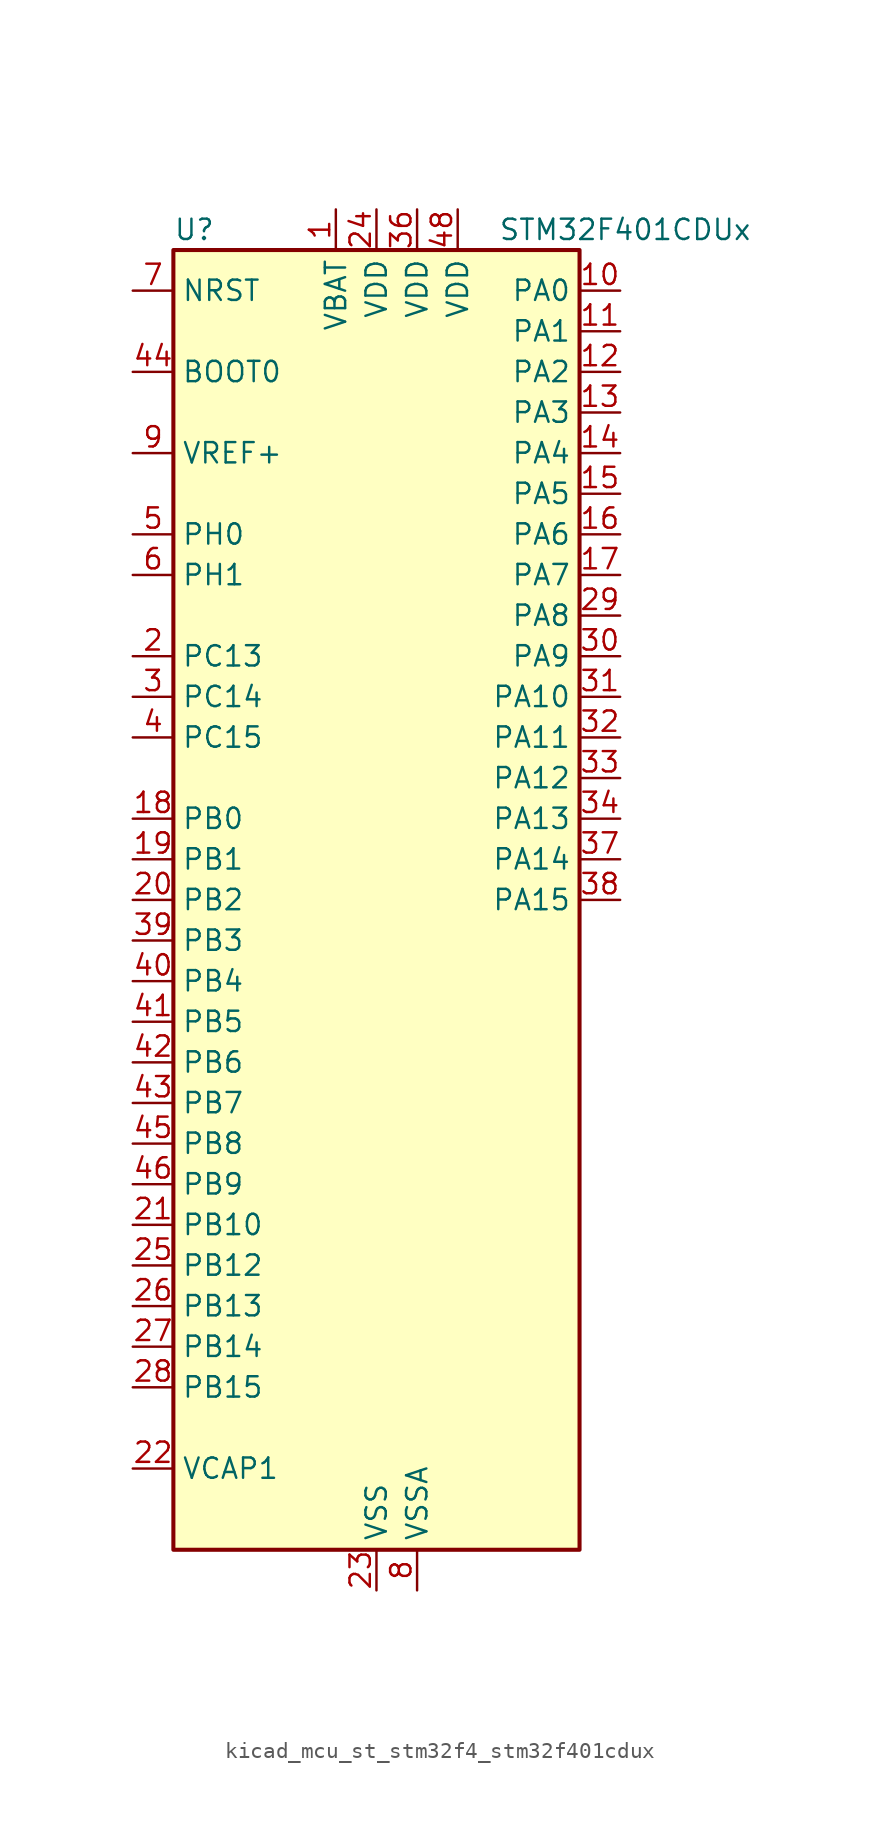
<source format=kicad_sym>
(kicad_symbol_lib
  (version 20220914)
  (generator kicad_symbol_editor)
  (symbol "kicad_mcu_st_stm32f4_stm32f401cdux"
    (property "Reference" "U"
      (at -12.7 41.91 0)
      (effects (font (size 1.27 1.27)) (justify left)))
    (property "Value" "STM32F401CDUx"
      (at 7.62 41.91 0)
      (effects (font (size 1.27 1.27)) (justify left)))
    (property "ki_locked" ""
      (at 0 0 0)
      (effects (font (size 1.27 1.27))))
    (symbol "kicad_mcu_st_stm32f4_stm32f401cdux_0_1"
      (rectangle (start -12.7 -40.64) (end 12.7 40.64) (stroke (width 0.254) (type default)) (fill (type background))))
    (symbol "kicad_mcu_st_stm32f4_stm32f401cdux_1_1"
      (pin power_in line (at -2.54 43.18 270) (length 2.54) (name "VBAT" (effects (font (size 1.27 1.27)))) (number "1" (effects (font (size 1.27 1.27)))))
      (pin bidirectional line (at 15.24 38.1 180) (length 2.54) (name "PA0" (effects (font (size 1.27 1.27)))) (number "10" (effects (font (size 1.27 1.27)))) (alternate "ADC1_IN0" bidirectional line) (alternate "SYS_WKUP" bidirectional line) (alternate "TIM2_CH1" bidirectional line) (alternate "TIM2_ETR" bidirectional line) (alternate "TIM5_CH1" bidirectional line) (alternate "USART2_CTS" bidirectional line))
      (pin bidirectional line (at 15.24 35.56 180) (length 2.54) (name "PA1" (effects (font (size 1.27 1.27)))) (number "11" (effects (font (size 1.27 1.27)))) (alternate "ADC1_IN1" bidirectional line) (alternate "TIM2_CH2" bidirectional line) (alternate "TIM5_CH2" bidirectional line) (alternate "USART2_RTS" bidirectional line))
      (pin bidirectional line (at 15.24 33.02 180) (length 2.54) (name "PA2" (effects (font (size 1.27 1.27)))) (number "12" (effects (font (size 1.27 1.27)))) (alternate "ADC1_IN2" bidirectional line) (alternate "TIM2_CH3" bidirectional line) (alternate "TIM5_CH3" bidirectional line) (alternate "TIM9_CH1" bidirectional line) (alternate "USART2_TX" bidirectional line))
      (pin bidirectional line (at 15.24 30.48 180) (length 2.54) (name "PA3" (effects (font (size 1.27 1.27)))) (number "13" (effects (font (size 1.27 1.27)))) (alternate "ADC1_IN3" bidirectional line) (alternate "TIM2_CH4" bidirectional line) (alternate "TIM5_CH4" bidirectional line) (alternate "TIM9_CH2" bidirectional line) (alternate "USART2_RX" bidirectional line))
      (pin bidirectional line (at 15.24 27.94 180) (length 2.54) (name "PA4" (effects (font (size 1.27 1.27)))) (number "14" (effects (font (size 1.27 1.27)))) (alternate "ADC1_IN4" bidirectional line) (alternate "I2S3_WS" bidirectional line) (alternate "SPI1_NSS" bidirectional line) (alternate "SPI3_NSS" bidirectional line) (alternate "USART2_CK" bidirectional line))
      (pin bidirectional line (at 15.24 25.4 180) (length 2.54) (name "PA5" (effects (font (size 1.27 1.27)))) (number "15" (effects (font (size 1.27 1.27)))) (alternate "ADC1_IN5" bidirectional line) (alternate "SPI1_SCK" bidirectional line) (alternate "TIM2_CH1" bidirectional line) (alternate "TIM2_ETR" bidirectional line))
      (pin bidirectional line (at 15.24 22.86 180) (length 2.54) (name "PA6" (effects (font (size 1.27 1.27)))) (number "16" (effects (font (size 1.27 1.27)))) (alternate "ADC1_IN6" bidirectional line) (alternate "SPI1_MISO" bidirectional line) (alternate "TIM1_BKIN" bidirectional line) (alternate "TIM3_CH1" bidirectional line))
      (pin bidirectional line (at 15.24 20.32 180) (length 2.54) (name "PA7" (effects (font (size 1.27 1.27)))) (number "17" (effects (font (size 1.27 1.27)))) (alternate "ADC1_IN7" bidirectional line) (alternate "SPI1_MOSI" bidirectional line) (alternate "TIM1_CH1N" bidirectional line) (alternate "TIM3_CH2" bidirectional line))
      (pin bidirectional line (at -15.24 5.08 0) (length 2.54) (name "PB0" (effects (font (size 1.27 1.27)))) (number "18" (effects (font (size 1.27 1.27)))) (alternate "ADC1_IN8" bidirectional line) (alternate "TIM1_CH2N" bidirectional line) (alternate "TIM3_CH3" bidirectional line))
      (pin bidirectional line (at -15.24 2.54 0) (length 2.54) (name "PB1" (effects (font (size 1.27 1.27)))) (number "19" (effects (font (size 1.27 1.27)))) (alternate "ADC1_IN9" bidirectional line) (alternate "TIM1_CH3N" bidirectional line) (alternate "TIM3_CH4" bidirectional line))
      (pin bidirectional line (at -15.24 15.24 0) (length 2.54) (name "PC13" (effects (font (size 1.27 1.27)))) (number "2" (effects (font (size 1.27 1.27)))) (alternate "RTC_AF1" bidirectional line))
      (pin bidirectional line (at -15.24 0 0) (length 2.54) (name "PB2" (effects (font (size 1.27 1.27)))) (number "20" (effects (font (size 1.27 1.27)))))
      (pin bidirectional line (at -15.24 -20.32 0) (length 2.54) (name "PB10" (effects (font (size 1.27 1.27)))) (number "21" (effects (font (size 1.27 1.27)))) (alternate "I2C2_SCL" bidirectional line) (alternate "I2S2_CK" bidirectional line) (alternate "SPI2_SCK" bidirectional line) (alternate "TIM2_CH3" bidirectional line))
      (pin power_out line (at -15.24 -35.56 0) (length 2.54) (name "VCAP1" (effects (font (size 1.27 1.27)))) (number "22" (effects (font (size 1.27 1.27)))))
      (pin power_in line (at 0 -43.18 90) (length 2.54) (name "VSS" (effects (font (size 1.27 1.27)))) (number "23" (effects (font (size 1.27 1.27)))))
      (pin power_in line (at 0 43.18 270) (length 2.54) (name "VDD" (effects (font (size 1.27 1.27)))) (number "24" (effects (font (size 1.27 1.27)))))
      (pin bidirectional line (at -15.24 -22.86 0) (length 2.54) (name "PB12" (effects (font (size 1.27 1.27)))) (number "25" (effects (font (size 1.27 1.27)))) (alternate "I2C2_SMBA" bidirectional line) (alternate "I2S2_WS" bidirectional line) (alternate "SPI2_NSS" bidirectional line) (alternate "TIM1_BKIN" bidirectional line))
      (pin bidirectional line (at -15.24 -25.4 0) (length 2.54) (name "PB13" (effects (font (size 1.27 1.27)))) (number "26" (effects (font (size 1.27 1.27)))) (alternate "I2S2_CK" bidirectional line) (alternate "SPI2_SCK" bidirectional line) (alternate "TIM1_CH1N" bidirectional line))
      (pin bidirectional line (at -15.24 -27.94 0) (length 2.54) (name "PB14" (effects (font (size 1.27 1.27)))) (number "27" (effects (font (size 1.27 1.27)))) (alternate "I2S2_ext_SD" bidirectional line) (alternate "SPI2_MISO" bidirectional line) (alternate "TIM1_CH2N" bidirectional line))
      (pin bidirectional line (at -15.24 -30.48 0) (length 2.54) (name "PB15" (effects (font (size 1.27 1.27)))) (number "28" (effects (font (size 1.27 1.27)))) (alternate "ADC1_EXTI15" bidirectional line) (alternate "I2S2_SD" bidirectional line) (alternate "RTC_REFIN" bidirectional line) (alternate "SPI2_MOSI" bidirectional line) (alternate "TIM1_CH3N" bidirectional line))
      (pin bidirectional line (at 15.24 17.78 180) (length 2.54) (name "PA8" (effects (font (size 1.27 1.27)))) (number "29" (effects (font (size 1.27 1.27)))) (alternate "I2C3_SCL" bidirectional line) (alternate "RCC_MCO_1" bidirectional line) (alternate "TIM1_CH1" bidirectional line) (alternate "USART1_CK" bidirectional line) (alternate "USB_OTG_FS_SOF" bidirectional line))
      (pin bidirectional line (at -15.24 12.7 0) (length 2.54) (name "PC14" (effects (font (size 1.27 1.27)))) (number "3" (effects (font (size 1.27 1.27)))) (alternate "RCC_OSC32_IN" bidirectional line))
      (pin bidirectional line (at 15.24 15.24 180) (length 2.54) (name "PA9" (effects (font (size 1.27 1.27)))) (number "30" (effects (font (size 1.27 1.27)))) (alternate "I2C3_SMBA" bidirectional line) (alternate "TIM1_CH2" bidirectional line) (alternate "USART1_TX" bidirectional line) (alternate "USB_OTG_FS_VBUS" bidirectional line))
      (pin bidirectional line (at 15.24 12.7 180) (length 2.54) (name "PA10" (effects (font (size 1.27 1.27)))) (number "31" (effects (font (size 1.27 1.27)))) (alternate "TIM1_CH3" bidirectional line) (alternate "USART1_RX" bidirectional line) (alternate "USB_OTG_FS_ID" bidirectional line))
      (pin bidirectional line (at 15.24 10.16 180) (length 2.54) (name "PA11" (effects (font (size 1.27 1.27)))) (number "32" (effects (font (size 1.27 1.27)))) (alternate "ADC1_EXTI11" bidirectional line) (alternate "TIM1_CH4" bidirectional line) (alternate "USART1_CTS" bidirectional line) (alternate "USART6_TX" bidirectional line) (alternate "USB_OTG_FS_DM" bidirectional line))
      (pin bidirectional line (at 15.24 7.62 180) (length 2.54) (name "PA12" (effects (font (size 1.27 1.27)))) (number "33" (effects (font (size 1.27 1.27)))) (alternate "TIM1_ETR" bidirectional line) (alternate "USART1_RTS" bidirectional line) (alternate "USART6_RX" bidirectional line) (alternate "USB_OTG_FS_DP" bidirectional line))
      (pin bidirectional line (at 15.24 5.08 180) (length 2.54) (name "PA13" (effects (font (size 1.27 1.27)))) (number "34" (effects (font (size 1.27 1.27)))) (alternate "SYS_JTMS-SWDIO" bidirectional line))
      (pin passive line (at 0 -43.18 90) (length 2.54) hide (name "VSS" (effects (font (size 1.27 1.27)))) (number "35" (effects (font (size 1.27 1.27)))))
      (pin power_in line (at 2.54 43.18 270) (length 2.54) (name "VDD" (effects (font (size 1.27 1.27)))) (number "36" (effects (font (size 1.27 1.27)))))
      (pin bidirectional line (at 15.24 2.54 180) (length 2.54) (name "PA14" (effects (font (size 1.27 1.27)))) (number "37" (effects (font (size 1.27 1.27)))) (alternate "SYS_JTCK-SWCLK" bidirectional line))
      (pin bidirectional line (at 15.24 0 180) (length 2.54) (name "PA15" (effects (font (size 1.27 1.27)))) (number "38" (effects (font (size 1.27 1.27)))) (alternate "ADC1_EXTI15" bidirectional line) (alternate "I2S3_WS" bidirectional line) (alternate "SPI1_NSS" bidirectional line) (alternate "SPI3_NSS" bidirectional line) (alternate "SYS_JTDI" bidirectional line) (alternate "TIM2_CH1" bidirectional line) (alternate "TIM2_ETR" bidirectional line))
      (pin bidirectional line (at -15.24 -2.54 0) (length 2.54) (name "PB3" (effects (font (size 1.27 1.27)))) (number "39" (effects (font (size 1.27 1.27)))) (alternate "I2C2_SDA" bidirectional line) (alternate "I2S3_CK" bidirectional line) (alternate "SPI1_SCK" bidirectional line) (alternate "SPI3_SCK" bidirectional line) (alternate "SYS_JTDO-SWO" bidirectional line) (alternate "TIM2_CH2" bidirectional line))
      (pin bidirectional line (at -15.24 10.16 0) (length 2.54) (name "PC15" (effects (font (size 1.27 1.27)))) (number "4" (effects (font (size 1.27 1.27)))) (alternate "ADC1_EXTI15" bidirectional line) (alternate "RCC_OSC32_OUT" bidirectional line))
      (pin bidirectional line (at -15.24 -5.08 0) (length 2.54) (name "PB4" (effects (font (size 1.27 1.27)))) (number "40" (effects (font (size 1.27 1.27)))) (alternate "I2C3_SDA" bidirectional line) (alternate "I2S3_ext_SD" bidirectional line) (alternate "SPI1_MISO" bidirectional line) (alternate "SPI3_MISO" bidirectional line) (alternate "SYS_JTRST" bidirectional line) (alternate "TIM3_CH1" bidirectional line))
      (pin bidirectional line (at -15.24 -7.62 0) (length 2.54) (name "PB5" (effects (font (size 1.27 1.27)))) (number "41" (effects (font (size 1.27 1.27)))) (alternate "I2C1_SMBA" bidirectional line) (alternate "I2S3_SD" bidirectional line) (alternate "SPI1_MOSI" bidirectional line) (alternate "SPI3_MOSI" bidirectional line) (alternate "TIM3_CH2" bidirectional line))
      (pin bidirectional line (at -15.24 -10.16 0) (length 2.54) (name "PB6" (effects (font (size 1.27 1.27)))) (number "42" (effects (font (size 1.27 1.27)))) (alternate "I2C1_SCL" bidirectional line) (alternate "TIM4_CH1" bidirectional line) (alternate "USART1_TX" bidirectional line))
      (pin bidirectional line (at -15.24 -12.7 0) (length 2.54) (name "PB7" (effects (font (size 1.27 1.27)))) (number "43" (effects (font (size 1.27 1.27)))) (alternate "I2C1_SDA" bidirectional line) (alternate "TIM4_CH2" bidirectional line) (alternate "USART1_RX" bidirectional line))
      (pin input line (at -15.24 33.02 0) (length 2.54) (name "BOOT0" (effects (font (size 1.27 1.27)))) (number "44" (effects (font (size 1.27 1.27)))))
      (pin bidirectional line (at -15.24 -15.24 0) (length 2.54) (name "PB8" (effects (font (size 1.27 1.27)))) (number "45" (effects (font (size 1.27 1.27)))) (alternate "I2C1_SCL" bidirectional line) (alternate "TIM10_CH1" bidirectional line) (alternate "TIM4_CH3" bidirectional line))
      (pin bidirectional line (at -15.24 -17.78 0) (length 2.54) (name "PB9" (effects (font (size 1.27 1.27)))) (number "46" (effects (font (size 1.27 1.27)))) (alternate "I2C1_SDA" bidirectional line) (alternate "I2S2_WS" bidirectional line) (alternate "SPI2_NSS" bidirectional line) (alternate "TIM11_CH1" bidirectional line) (alternate "TIM4_CH4" bidirectional line))
      (pin passive line (at 0 -43.18 90) (length 2.54) hide (name "VSS" (effects (font (size 1.27 1.27)))) (number "47" (effects (font (size 1.27 1.27)))))
      (pin power_in line (at 5.08 43.18 270) (length 2.54) (name "VDD" (effects (font (size 1.27 1.27)))) (number "48" (effects (font (size 1.27 1.27)))))
      (pin passive line (at 0 -43.18 90) (length 2.54) hide (name "VSS" (effects (font (size 1.27 1.27)))) (number "49" (effects (font (size 1.27 1.27)))))
      (pin bidirectional line (at -15.24 22.86 0) (length 2.54) (name "PH0" (effects (font (size 1.27 1.27)))) (number "5" (effects (font (size 1.27 1.27)))) (alternate "RCC_OSC_IN" bidirectional line))
      (pin bidirectional line (at -15.24 20.32 0) (length 2.54) (name "PH1" (effects (font (size 1.27 1.27)))) (number "6" (effects (font (size 1.27 1.27)))) (alternate "RCC_OSC_OUT" bidirectional line))
      (pin input line (at -15.24 38.1 0) (length 2.54) (name "NRST" (effects (font (size 1.27 1.27)))) (number "7" (effects (font (size 1.27 1.27)))))
      (pin power_in line (at 2.54 -43.18 90) (length 2.54) (name "VSSA" (effects (font (size 1.27 1.27)))) (number "8" (effects (font (size 1.27 1.27)))))
      (pin input line (at -15.24 27.94 0) (length 2.54) (name "VREF+" (effects (font (size 1.27 1.27)))) (number "9" (effects (font (size 1.27 1.27))))))))
</source>
